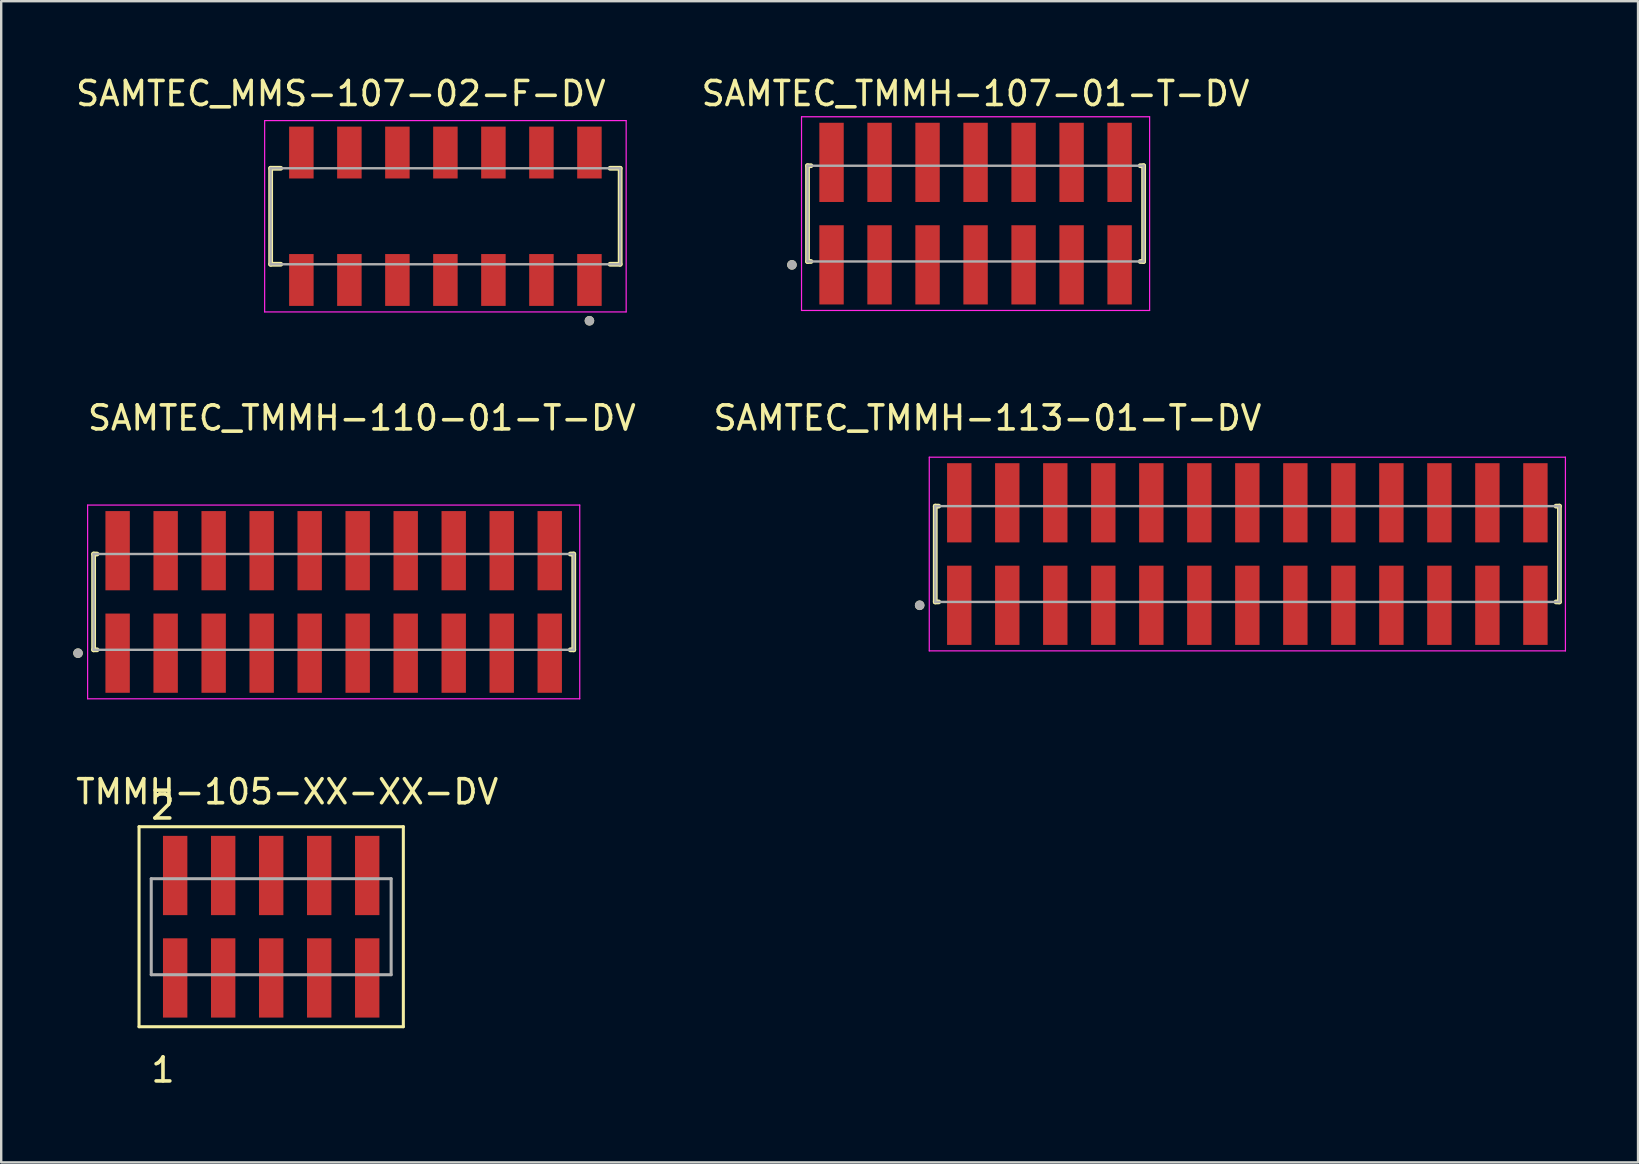
<source format=kicad_pcb>
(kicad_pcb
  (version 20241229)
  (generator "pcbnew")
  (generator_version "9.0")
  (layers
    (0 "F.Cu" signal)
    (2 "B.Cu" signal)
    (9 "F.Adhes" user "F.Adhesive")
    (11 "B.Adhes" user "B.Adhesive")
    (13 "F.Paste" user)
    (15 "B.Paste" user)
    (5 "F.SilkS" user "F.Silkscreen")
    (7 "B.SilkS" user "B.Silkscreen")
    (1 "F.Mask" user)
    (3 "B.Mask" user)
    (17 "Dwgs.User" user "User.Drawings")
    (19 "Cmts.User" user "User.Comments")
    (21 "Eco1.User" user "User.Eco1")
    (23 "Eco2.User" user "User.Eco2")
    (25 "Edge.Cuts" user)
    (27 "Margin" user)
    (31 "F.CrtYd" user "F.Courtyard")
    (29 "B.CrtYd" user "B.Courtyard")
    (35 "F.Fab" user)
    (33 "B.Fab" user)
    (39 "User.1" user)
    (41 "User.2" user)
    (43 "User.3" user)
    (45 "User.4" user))
  (footprint "TMMH-105-XX-XX-DV"
    (layer "F.Cu")
    (at 8.247 35.554)
    (property "Reference" "TMMH-105-XX-XX-DV" (at 0.667 -5.621 0) (layer "F.SilkS") (effects (font (size 1 1) (thickness 0.15))))
    (attr through_hole)
    (fp_line (start -5.505 -4.166) (end 5.505 -4.166) (stroke (width 0.127) (type solid)) (layer "F.SilkS"))
    (fp_line (start -5.505 4.166) (end -5.505 -4.166) (stroke (width 0.127) (type solid)) (layer "F.SilkS"))
    (fp_line (start 5.505 -4.166) (end 5.505 4.166) (stroke (width 0.127) (type solid)) (layer "F.SilkS"))
    (fp_line (start 5.505 4.166) (end -5.505 4.166) (stroke (width 0.127) (type solid)) (layer "F.SilkS"))
    (fp_line (start -4.997 -2) (end 4.997 -2) (stroke (width 0.127) (type solid)) (layer "F.Fab"))
    (fp_line (start -4.997 2) (end -4.997 -2) (stroke (width 0.127) (type solid)) (layer "F.Fab"))
    (fp_line (start 4.997 -2) (end 4.997 2) (stroke (width 0.127) (type solid)) (layer "F.Fab"))
    (fp_line (start 4.997 2) (end -4.997 2) (stroke (width 0.127) (type solid)) (layer "F.Fab"))
    (fp_text user "2" (at -4.51 -4.986 0) (layer "F.SilkS") (effects (font (size 1 1) (thickness 0.15))))
    (fp_text user "1" (at -4.508 5.968 0) (layer "F.SilkS") (effects (font (size 1 1) (thickness 0.15))))
    (pad "1" smd rect (at -4 2.134) (size 1.016 3.302) (layers "F.Cu" "F.Mask" "F.Paste"))
    (pad "2" smd rect (at -4 -2.134) (size 1.016 3.302) (layers "F.Cu" "F.Mask" "F.Paste"))
    (pad "3" smd rect (at -2 2.134) (size 1.016 3.302) (layers "F.Cu" "F.Mask" "F.Paste"))
    (pad "4" smd rect (at -2 -2.134) (size 1.016 3.302) (layers "F.Cu" "F.Mask" "F.Paste"))
    (pad "5" smd rect (at 0 2.134) (size 1.016 3.302) (layers "F.Cu" "F.Mask" "F.Paste"))
    (pad "6" smd rect (at 0 -2.134) (size 1.016 3.302) (layers "F.Cu" "F.Mask" "F.Paste"))
    (pad "7" smd rect (at 2 2.134) (size 1.016 3.302) (layers "F.Cu" "F.Mask" "F.Paste"))
    (pad "8" smd rect (at 2 -2.134) (size 1.016 3.302) (layers "F.Cu" "F.Mask" "F.Paste"))
    (pad "9" smd rect (at 4 2.134) (size 1.016 3.302) (layers "F.Cu" "F.Mask" "F.Paste"))
    (pad "10" smd rect (at 4 -2.134) (size 1.016 3.302) (layers "F.Cu" "F.Mask" "F.Paste")))
  (footprint "SAMTEC_TMMH-107-01-T-DV"
    (layer "F.Cu")
    (at 37.589 5.848)
    (property "Reference" "SAMTEC_TMMH-107-01-T-DV" (at 0 -5 0) (layer "F.SilkS") (effects (font (size 1 1) (thickness 0.15))))
    (attr through_hole)
    (fp_line (start -7 -1.995) (end -6.858 -1.995) (stroke (width 0.2) (type solid)) (layer "F.SilkS"))
    (fp_line (start -7 1.995) (end -7 -1.995) (stroke (width 0.2) (type solid)) (layer "F.SilkS"))
    (fp_line (start -6.858 1.995) (end -7 1.995) (stroke (width 0.2) (type solid)) (layer "F.SilkS"))
    (fp_line (start 6.858 -1.995) (end 7 -1.995) (stroke (width 0.2) (type solid)) (layer "F.SilkS"))
    (fp_line (start 6.858 1.995) (end 7 1.995) (stroke (width 0.2) (type solid)) (layer "F.SilkS"))
    (fp_line (start 7 -1.995) (end 7 1.995) (stroke (width 0.2) (type solid)) (layer "F.SilkS"))
    (fp_circle (center -7.65 2.135) (end -7.55 2.135) (stroke (width 0.2) (type solid)) (fill no) (layer "F.SilkS"))
    (fp_line (start -7.25 -4.034) (end 7.25 -4.034) (stroke (width 0.05) (type solid)) (layer "F.CrtYd"))
    (fp_line (start -7.25 4.035) (end -7.25 -4.034) (stroke (width 0.05) (type solid)) (layer "F.CrtYd"))
    (fp_line (start 7.25 -4.034) (end 7.25 4.035) (stroke (width 0.05) (type solid)) (layer "F.CrtYd"))
    (fp_line (start 7.25 4.035) (end -7.25 4.035) (stroke (width 0.05) (type solid)) (layer "F.CrtYd"))
    (fp_line (start -7 -1.995) (end 7 -1.995) (stroke (width 0.1) (type solid)) (layer "F.Fab"))
    (fp_line (start -7 1.995) (end -7 -1.995) (stroke (width 0.1) (type solid)) (layer "F.Fab"))
    (fp_line (start 7 -1.995) (end 7 1.995) (stroke (width 0.1) (type solid)) (layer "F.Fab"))
    (fp_line (start 7 1.995) (end -7 1.995) (stroke (width 0.1) (type solid)) (layer "F.Fab"))
    (fp_circle (center -7.65 2.135) (end -7.55 2.135) (stroke (width 0.2) (type solid)) (fill no) (layer "F.Fab"))
    (pad "1" smd rect (at -6 2.135) (size 1.016 3.3) (layers "F.Cu" "F.Mask" "F.Paste"))
    (pad "2" smd rect (at -6 -2.134) (size 1.016 3.3) (layers "F.Cu" "F.Mask" "F.Paste"))
    (pad "3" smd rect (at -4 2.135) (size 1.016 3.3) (layers "F.Cu" "F.Mask" "F.Paste"))
    (pad "4" smd rect (at -4 -2.134) (size 1.016 3.3) (layers "F.Cu" "F.Mask" "F.Paste"))
    (pad "5" smd rect (at -2 2.135) (size 1.016 3.3) (layers "F.Cu" "F.Mask" "F.Paste"))
    (pad "6" smd rect (at -2 -2.134) (size 1.016 3.3) (layers "F.Cu" "F.Mask" "F.Paste"))
    (pad "7" smd rect (at 0 2.135) (size 1.016 3.3) (layers "F.Cu" "F.Mask" "F.Paste"))
    (pad "8" smd rect (at 0 -2.134) (size 1.016 3.3) (layers "F.Cu" "F.Mask" "F.Paste"))
    (pad "9" smd rect (at 2 2.135) (size 1.016 3.3) (layers "F.Cu" "F.Mask" "F.Paste"))
    (pad "10" smd rect (at 2 -2.134) (size 1.016 3.3) (layers "F.Cu" "F.Mask" "F.Paste"))
    (pad "11" smd rect (at 4 2.135) (size 1.016 3.3) (layers "F.Cu" "F.Mask" "F.Paste"))
    (pad "12" smd rect (at 4 -2.134) (size 1.016 3.3) (layers "F.Cu" "F.Mask" "F.Paste"))
    (pad "13" smd rect (at 6 2.135) (size 1.016 3.3) (layers "F.Cu" "F.Mask" "F.Paste"))
    (pad "14" smd rect (at 6 -2.134) (size 1.016 3.3) (layers "F.Cu" "F.Mask" "F.Paste")))
  (footprint "SAMTEC_TMMH-110-01-T-DV"
    (layer "F.Cu")
    (at 10.85 22.024)
    (property "Reference" "SAMTEC_TMMH-110-01-T-DV" (at 1.175 -7.664 0) (layer "F.SilkS") (effects (font (size 1 1) (thickness 0.15))))
    (attr through_hole)
    (fp_line (start -10 -1.995) (end -9.858 -1.995) (stroke (width 0.2) (type solid)) (layer "F.SilkS"))
    (fp_line (start -10 1.995) (end -10 -1.995) (stroke (width 0.2) (type solid)) (layer "F.SilkS"))
    (fp_line (start -9.858 1.995) (end -10 1.995) (stroke (width 0.2) (type solid)) (layer "F.SilkS"))
    (fp_line (start 9.858 -1.995) (end 10 -1.995) (stroke (width 0.2) (type solid)) (layer "F.SilkS"))
    (fp_line (start 9.858 1.995) (end 10 1.995) (stroke (width 0.2) (type solid)) (layer "F.SilkS"))
    (fp_line (start 10 -1.995) (end 10 1.995) (stroke (width 0.2) (type solid)) (layer "F.SilkS"))
    (fp_circle (center -10.65 2.135) (end -10.55 2.135) (stroke (width 0.2) (type solid)) (fill no) (layer "F.SilkS"))
    (fp_line (start -10.25 -4.034) (end 10.25 -4.034) (stroke (width 0.05) (type solid)) (layer "F.CrtYd"))
    (fp_line (start -10.25 4.035) (end -10.25 -4.034) (stroke (width 0.05) (type solid)) (layer "F.CrtYd"))
    (fp_line (start 10.25 -4.034) (end 10.25 4.035) (stroke (width 0.05) (type solid)) (layer "F.CrtYd"))
    (fp_line (start 10.25 4.035) (end -10.25 4.035) (stroke (width 0.05) (type solid)) (layer "F.CrtYd"))
    (fp_line (start -10 -1.995) (end 10 -1.995) (stroke (width 0.1) (type solid)) (layer "F.Fab"))
    (fp_line (start -10 1.995) (end -10 -1.995) (stroke (width 0.1) (type solid)) (layer "F.Fab"))
    (fp_line (start 10 -1.995) (end 10 1.995) (stroke (width 0.1) (type solid)) (layer "F.Fab"))
    (fp_line (start 10 1.995) (end -10 1.995) (stroke (width 0.1) (type solid)) (layer "F.Fab"))
    (fp_circle (center -10.65 2.135) (end -10.55 2.135) (stroke (width 0.2) (type solid)) (fill no) (layer "F.Fab"))
    (pad "1" smd rect (at -9 2.135) (size 1.016 3.3) (layers "F.Cu" "F.Mask" "F.Paste"))
    (pad "2" smd rect (at -9 -2.134) (size 1.016 3.3) (layers "F.Cu" "F.Mask" "F.Paste"))
    (pad "3" smd rect (at -7 2.135) (size 1.016 3.3) (layers "F.Cu" "F.Mask" "F.Paste"))
    (pad "4" smd rect (at -7 -2.134) (size 1.016 3.3) (layers "F.Cu" "F.Mask" "F.Paste"))
    (pad "5" smd rect (at -5 2.135) (size 1.016 3.3) (layers "F.Cu" "F.Mask" "F.Paste"))
    (pad "6" smd rect (at -5 -2.134) (size 1.016 3.3) (layers "F.Cu" "F.Mask" "F.Paste"))
    (pad "7" smd rect (at -3 2.135) (size 1.016 3.3) (layers "F.Cu" "F.Mask" "F.Paste"))
    (pad "8" smd rect (at -3 -2.134) (size 1.016 3.3) (layers "F.Cu" "F.Mask" "F.Paste"))
    (pad "9" smd rect (at -1 2.135) (size 1.016 3.3) (layers "F.Cu" "F.Mask" "F.Paste"))
    (pad "10" smd rect (at -1 -2.134) (size 1.016 3.3) (layers "F.Cu" "F.Mask" "F.Paste"))
    (pad "11" smd rect (at 1 2.135) (size 1.016 3.3) (layers "F.Cu" "F.Mask" "F.Paste"))
    (pad "12" smd rect (at 1 -2.134) (size 1.016 3.3) (layers "F.Cu" "F.Mask" "F.Paste"))
    (pad "13" smd rect (at 3 2.135) (size 1.016 3.3) (layers "F.Cu" "F.Mask" "F.Paste"))
    (pad "14" smd rect (at 3 -2.134) (size 1.016 3.3) (layers "F.Cu" "F.Mask" "F.Paste"))
    (pad "15" smd rect (at 5 2.135) (size 1.016 3.3) (layers "F.Cu" "F.Mask" "F.Paste"))
    (pad "16" smd rect (at 5 -2.134) (size 1.016 3.3) (layers "F.Cu" "F.Mask" "F.Paste"))
    (pad "17" smd rect (at 7 2.135) (size 1.016 3.3) (layers "F.Cu" "F.Mask" "F.Paste"))
    (pad "18" smd rect (at 7 -2.134) (size 1.016 3.3) (layers "F.Cu" "F.Mask" "F.Paste"))
    (pad "19" smd rect (at 9 2.135) (size 1.016 3.3) (layers "F.Cu" "F.Mask" "F.Paste"))
    (pad "20" smd rect (at 9 -2.134) (size 1.016 3.3) (layers "F.Cu" "F.Mask" "F.Paste")))
  (footprint "SAMTEC_TMMH-113-01-T-DV"
    (layer "F.Cu")
    (at 48.91 20.029)
    (property "Reference" "SAMTEC_TMMH-113-01-T-DV" (at -10.825 -5.669 0) (layer "F.SilkS") (effects (font (size 1 1) (thickness 0.15))))
    (attr through_hole)
    (fp_line (start -13 -1.995) (end -12.858 -1.995) (stroke (width 0.2) (type solid)) (layer "F.SilkS"))
    (fp_line (start -13 1.995) (end -13 -1.995) (stroke (width 0.2) (type solid)) (layer "F.SilkS"))
    (fp_line (start -12.858 1.995) (end -13 1.995) (stroke (width 0.2) (type solid)) (layer "F.SilkS"))
    (fp_line (start 12.858 -1.995) (end 13 -1.995) (stroke (width 0.2) (type solid)) (layer "F.SilkS"))
    (fp_line (start 12.858 1.995) (end 13 1.995) (stroke (width 0.2) (type solid)) (layer "F.SilkS"))
    (fp_line (start 13 -1.995) (end 13 1.995) (stroke (width 0.2) (type solid)) (layer "F.SilkS"))
    (fp_circle (center -13.65 2.135) (end -13.55 2.135) (stroke (width 0.2) (type solid)) (fill no) (layer "F.SilkS"))
    (fp_line (start -13.25 -4.034) (end 13.25 -4.034) (stroke (width 0.05) (type solid)) (layer "F.CrtYd"))
    (fp_line (start -13.25 4.035) (end -13.25 -4.034) (stroke (width 0.05) (type solid)) (layer "F.CrtYd"))
    (fp_line (start 13.25 -4.034) (end 13.25 4.035) (stroke (width 0.05) (type solid)) (layer "F.CrtYd"))
    (fp_line (start 13.25 4.035) (end -13.25 4.035) (stroke (width 0.05) (type solid)) (layer "F.CrtYd"))
    (fp_line (start -13 -1.995) (end 13 -1.995) (stroke (width 0.1) (type solid)) (layer "F.Fab"))
    (fp_line (start -13 1.995) (end -13 -1.995) (stroke (width 0.1) (type solid)) (layer "F.Fab"))
    (fp_line (start 13 -1.995) (end 13 1.995) (stroke (width 0.1) (type solid)) (layer "F.Fab"))
    (fp_line (start 13 1.995) (end -13 1.995) (stroke (width 0.1) (type solid)) (layer "F.Fab"))
    (fp_circle (center -13.65 2.135) (end -13.55 2.135) (stroke (width 0.2) (type solid)) (fill no) (layer "F.Fab"))
    (pad "01" smd rect (at -12 2.135) (size 1.016 3.3) (layers "F.Cu" "F.Mask" "F.Paste"))
    (pad "02" smd rect (at -12 -2.134) (size 1.016 3.3) (layers "F.Cu" "F.Mask" "F.Paste"))
    (pad "03" smd rect (at -10 2.135) (size 1.016 3.3) (layers "F.Cu" "F.Mask" "F.Paste"))
    (pad "04" smd rect (at -10 -2.134) (size 1.016 3.3) (layers "F.Cu" "F.Mask" "F.Paste"))
    (pad "05" smd rect (at -8 2.135) (size 1.016 3.3) (layers "F.Cu" "F.Mask" "F.Paste"))
    (pad "06" smd rect (at -8 -2.134) (size 1.016 3.3) (layers "F.Cu" "F.Mask" "F.Paste"))
    (pad "07" smd rect (at -6 2.135) (size 1.016 3.3) (layers "F.Cu" "F.Mask" "F.Paste"))
    (pad "08" smd rect (at -6 -2.134) (size 1.016 3.3) (layers "F.Cu" "F.Mask" "F.Paste"))
    (pad "09" smd rect (at -4 2.135) (size 1.016 3.3) (layers "F.Cu" "F.Mask" "F.Paste"))
    (pad "10" smd rect (at -4 -2.134) (size 1.016 3.3) (layers "F.Cu" "F.Mask" "F.Paste"))
    (pad "11" smd rect (at -2 2.135) (size 1.016 3.3) (layers "F.Cu" "F.Mask" "F.Paste"))
    (pad "12" smd rect (at -2 -2.134) (size 1.016 3.3) (layers "F.Cu" "F.Mask" "F.Paste"))
    (pad "13" smd rect (at 0 2.135) (size 1.016 3.3) (layers "F.Cu" "F.Mask" "F.Paste"))
    (pad "14" smd rect (at 0 -2.134) (size 1.016 3.3) (layers "F.Cu" "F.Mask" "F.Paste"))
    (pad "15" smd rect (at 2 2.135) (size 1.016 3.3) (layers "F.Cu" "F.Mask" "F.Paste"))
    (pad "16" smd rect (at 2 -2.134) (size 1.016 3.3) (layers "F.Cu" "F.Mask" "F.Paste"))
    (pad "17" smd rect (at 4 2.135) (size 1.016 3.3) (layers "F.Cu" "F.Mask" "F.Paste"))
    (pad "18" smd rect (at 4 -2.134) (size 1.016 3.3) (layers "F.Cu" "F.Mask" "F.Paste"))
    (pad "19" smd rect (at 6 2.135) (size 1.016 3.3) (layers "F.Cu" "F.Mask" "F.Paste"))
    (pad "20" smd rect (at 6 -2.134) (size 1.016 3.3) (layers "F.Cu" "F.Mask" "F.Paste"))
    (pad "21" smd rect (at 8 2.135) (size 1.016 3.3) (layers "F.Cu" "F.Mask" "F.Paste"))
    (pad "22" smd rect (at 8 -2.134) (size 1.016 3.3) (layers "F.Cu" "F.Mask" "F.Paste"))
    (pad "23" smd rect (at 10 2.135) (size 1.016 3.3) (layers "F.Cu" "F.Mask" "F.Paste"))
    (pad "24" smd rect (at 10 -2.134) (size 1.016 3.3) (layers "F.Cu" "F.Mask" "F.Paste"))
    (pad "25" smd rect (at 12 2.135) (size 1.016 3.3) (layers "F.Cu" "F.Mask" "F.Paste"))
    (pad "26" smd rect (at 12 -2.134) (size 1.016 3.3) (layers "F.Cu" "F.Mask" "F.Paste")))
  (footprint "SAMTEC_MMS-107-02-F-DV"
    (layer "F.Cu")
    (at 15.504 5.959)
    (property "Reference" "SAMTEC_MMS-107-02-F-DV" (at -4.355 -5.111 0) (layer "F.SilkS") (effects (font (size 1 1) (thickness 0.15))))
    (attr through_hole)
    (fp_line (start -7.28 1.999) (end -7.28 -1.999) (stroke (width 0.2) (type solid)) (layer "F.SilkS"))
    (fp_line (start -7.28 1.999) (end -6.86 1.999) (stroke (width 0.2) (type solid)) (layer "F.SilkS"))
    (fp_line (start -6.86 -1.999) (end -7.28 -1.999) (stroke (width 0.2) (type solid)) (layer "F.SilkS"))
    (fp_line (start 6.86 1.999) (end 7.28 1.999) (stroke (width 0.2) (type solid)) (layer "F.SilkS"))
    (fp_line (start 7.28 -1.999) (end 6.86 -1.999) (stroke (width 0.2) (type solid)) (layer "F.SilkS"))
    (fp_line (start 7.28 1.999) (end 7.28 -1.999) (stroke (width 0.2) (type solid)) (layer "F.SilkS"))
    (fp_circle (center 6 4.353) (end 6.1 4.353) (stroke (width 0.2) (type solid)) (fill no) (layer "F.SilkS"))
    (fp_line (start -7.53 -3.984) (end -7.53 3.984) (stroke (width 0.05) (type solid)) (layer "F.CrtYd"))
    (fp_line (start -7.53 3.984) (end 7.53 3.984) (stroke (width 0.05) (type solid)) (layer "F.CrtYd"))
    (fp_line (start 7.53 -3.984) (end -7.53 -3.984) (stroke (width 0.05) (type solid)) (layer "F.CrtYd"))
    (fp_line (start 7.53 3.984) (end 7.53 -3.984) (stroke (width 0.05) (type solid)) (layer "F.CrtYd"))
    (fp_line (start -7.28 1.999) (end -7.28 -1.999) (stroke (width 0.1) (type solid)) (layer "F.Fab"))
    (fp_line (start -7.28 1.999) (end 7.28 1.999) (stroke (width 0.1) (type solid)) (layer "F.Fab"))
    (fp_line (start 7.28 -1.999) (end -7.28 -1.999) (stroke (width 0.1) (type solid)) (layer "F.Fab"))
    (fp_line (start 7.28 1.999) (end 7.28 -1.999) (stroke (width 0.1) (type solid)) (layer "F.Fab"))
    (fp_circle (center 6 4.353) (end 6.1 4.353) (stroke (width 0.2) (type solid)) (fill no) (layer "F.Fab"))
    (pad "1" smd rect (at 6 2.654) (size 1.02 2.16) (layers "F.Cu" "F.Mask" "F.Paste"))
    (pad "2" smd rect (at 6 -2.654) (size 1.02 2.16) (layers "F.Cu" "F.Mask" "F.Paste"))
    (pad "3" smd rect (at 4 2.654) (size 1.02 2.16) (layers "F.Cu" "F.Mask" "F.Paste"))
    (pad "4" smd rect (at 4 -2.654) (size 1.02 2.16) (layers "F.Cu" "F.Mask" "F.Paste"))
    (pad "5" smd rect (at 2 2.654) (size 1.02 2.16) (layers "F.Cu" "F.Mask" "F.Paste"))
    (pad "6" smd rect (at 2 -2.654) (size 1.02 2.16) (layers "F.Cu" "F.Mask" "F.Paste"))
    (pad "7" smd rect (at 0 2.654) (size 1.02 2.16) (layers "F.Cu" "F.Mask" "F.Paste"))
    (pad "8" smd rect (at 0 -2.654) (size 1.02 2.16) (layers "F.Cu" "F.Mask" "F.Paste"))
    (pad "9" smd rect (at -2 2.654) (size 1.02 2.16) (layers "F.Cu" "F.Mask" "F.Paste"))
    (pad "10" smd rect (at -2 -2.654) (size 1.02 2.16) (layers "F.Cu" "F.Mask" "F.Paste"))
    (pad "11" smd rect (at -4 2.654) (size 1.02 2.16) (layers "F.Cu" "F.Mask" "F.Paste"))
    (pad "12" smd rect (at -4 -2.654) (size 1.02 2.16) (layers "F.Cu" "F.Mask" "F.Paste"))
    (pad "13" smd rect (at -6 2.654) (size 1.02 2.16) (layers "F.Cu" "F.Mask" "F.Paste"))
    (pad "14" smd rect (at -6 -2.654) (size 1.02 2.16) (layers "F.Cu" "F.Mask" "F.Paste")))
  (gr_rect
    (start -3 -3)
    (end 65.185 45.371)
    (stroke (width 0.1) (type default))
    (fill no)
    (layer "Edge.Cuts")))
</source>
